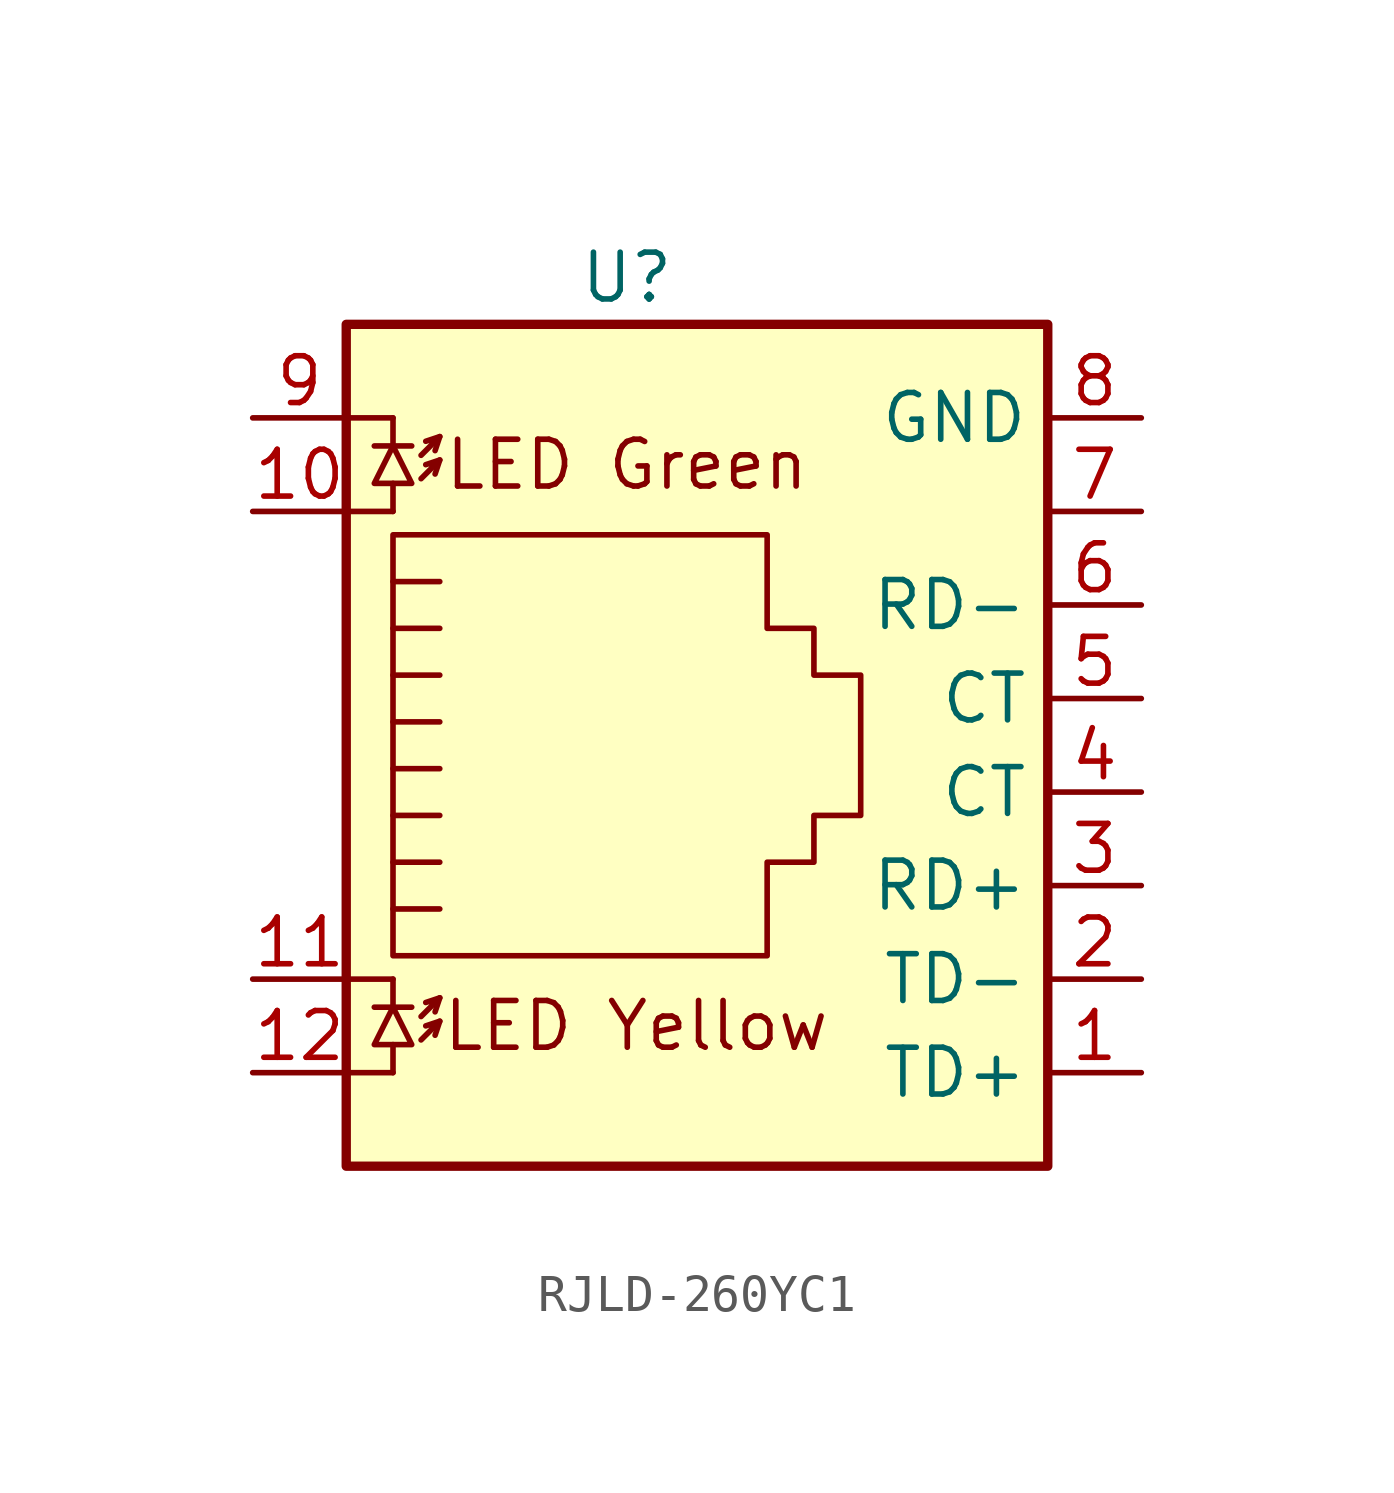
<source format=kicad_sym>
(kicad_symbol_lib
  (version 20231120)
  (generator "kicad_symbol_editor")
  (generator_version "8.0")
  (symbol "RJLD-260YC1"
    (property "Reference" "U"
      (at 0 12.7 0)
      (effects (font (size 1.27 1.27))))
    (property "Value" ""
      (at 0 0 0)
      (effects (font (size 1.27 1.27))))
    (symbol "RJLD-260YC1_0_1"
      (rectangle (start -7.62 11.43) (end 11.43 -11.43) (stroke (width 0.254) (type default)) (fill (type background)))
      (polyline (pts (xy -7.62 -8.89) (xy -6.35 -8.89)) (stroke (width 0) (type default)) (fill (type none)))
      (polyline (pts (xy -7.62 -6.35) (xy -6.35 -6.35)) (stroke (width 0) (type default)) (fill (type none)))
      (polyline (pts (xy -7.62 6.35) (xy -6.35 6.35)) (stroke (width 0) (type default)) (fill (type none)))
      (polyline (pts (xy -7.62 8.89) (xy -6.35 8.89)) (stroke (width 0) (type default)) (fill (type none)))
      (polyline (pts (xy -6.858 -7.112) (xy -5.842 -7.112)) (stroke (width 0) (type default)) (fill (type none)))
      (polyline (pts (xy -6.858 8.128) (xy -5.842 8.128)) (stroke (width 0) (type default)) (fill (type none)))
      (polyline (pts (xy -6.35 -8.89) (xy -6.35 -8.128)) (stroke (width 0) (type default)) (fill (type none)))
      (polyline (pts (xy -6.35 -6.35) (xy -6.35 -7.112)) (stroke (width 0) (type default)) (fill (type none)))
      (polyline (pts (xy -6.35 6.35) (xy -6.35 7.112)) (stroke (width 0) (type default)) (fill (type none)))
      (polyline (pts (xy -6.35 8.89) (xy -6.35 8.128)) (stroke (width 0) (type default)) (fill (type none)))
      (polyline (pts (xy -5.08 -7.493) (xy -5.207 -7.874)) (stroke (width 0) (type default)) (fill (type none)))
      (polyline (pts (xy -5.08 -6.858) (xy -5.207 -7.239)) (stroke (width 0) (type default)) (fill (type none)))
      (polyline (pts (xy -5.08 3.175) (xy -6.35 3.175)) (stroke (width 0) (type default)) (fill (type none)))
      (polyline (pts (xy -5.08 4.445) (xy -6.35 4.445)) (stroke (width 0) (type default)) (fill (type none)))
      (polyline (pts (xy -5.08 7.747) (xy -5.207 7.366)) (stroke (width 0) (type default)) (fill (type none)))
      (polyline (pts (xy -5.08 8.382) (xy -5.207 8.001)) (stroke (width 0) (type default)) (fill (type none)))
      (polyline (pts (xy -6.35 -4.445) (xy -5.08 -4.445) (xy -5.08 -4.445)) (stroke (width 0) (type default)) (fill (type none)))
      (polyline (pts (xy -6.35 -3.175) (xy -5.08 -3.175) (xy -5.08 -3.175)) (stroke (width 0) (type default)) (fill (type none)))
      (polyline (pts (xy -6.35 -1.905) (xy -5.08 -1.905) (xy -5.08 -1.905)) (stroke (width 0) (type default)) (fill (type none)))
      (polyline (pts (xy -6.35 -0.635) (xy -5.08 -0.635) (xy -5.08 -0.635)) (stroke (width 0) (type default)) (fill (type none)))
      (polyline (pts (xy -6.35 0.635) (xy -5.08 0.635) (xy -5.08 0.635)) (stroke (width 0) (type default)) (fill (type none)))
      (polyline (pts (xy -5.588 -8.001) (xy -5.08 -7.493) (xy -5.461 -7.62)) (stroke (width 0) (type default)) (fill (type none)))
      (polyline (pts (xy -5.588 -7.366) (xy -5.08 -6.858) (xy -5.461 -6.985)) (stroke (width 0) (type default)) (fill (type none)))
      (polyline (pts (xy -5.588 7.239) (xy -5.08 7.747) (xy -5.461 7.62)) (stroke (width 0) (type default)) (fill (type none)))
      (polyline (pts (xy -5.588 7.874) (xy -5.08 8.382) (xy -5.461 8.255)) (stroke (width 0) (type default)) (fill (type none)))
      (polyline (pts (xy -5.08 1.905) (xy -6.35 1.905) (xy -6.35 1.905)) (stroke (width 0) (type default)) (fill (type none)))
      (polyline (pts (xy -6.35 -7.112) (xy -6.858 -8.128) (xy -5.842 -8.128) (xy -6.35 -7.112)) (stroke (width 0) (type default)) (fill (type none)))
      (polyline (pts (xy -6.35 8.128) (xy -6.858 7.112) (xy -5.842 7.112) (xy -6.35 8.128)) (stroke (width 0) (type default)) (fill (type none)))
      (polyline (pts (xy -6.35 -5.715) (xy -6.35 5.715) (xy 3.81 5.715) (xy 3.81 3.175) (xy 5.08 3.175) (xy 5.08 1.905) (xy 6.35 1.905) (xy 6.35 -1.905) (xy 5.08 -1.905) (xy 5.08 -3.175) (xy 3.81 -3.175) (xy 3.81 -5.715) (xy -6.35 -5.715) (xy -6.35 -5.715)) (stroke (width 0) (type default)) (fill (type none))))
    (symbol "RJLD-260YC1_1_1"
      (text "LED Green" (at 0 7.62 0) (effects (font (size 1.27 1.27))))
      (text "LED Yellow" (at 0.254 -7.62 0) (effects (font (size 1.27 1.27))))
      (pin passive line (at 13.97 -8.89 180) (length 2.54) (name "TD+" (effects (font (size 1.27 1.27)))) (number "1" (effects (font (size 1.27 1.27)))))
      (pin passive line (at -10.16 6.35 0) (length 2.54) (name "~" (effects (font (size 1.27 1.27)))) (number "10" (effects (font (size 1.27 1.27)))))
      (pin passive line (at -10.16 -6.35 0) (length 2.54) (name "~" (effects (font (size 1.27 1.27)))) (number "11" (effects (font (size 1.27 1.27)))))
      (pin passive line (at -10.16 -8.89 0) (length 2.54) (name "~" (effects (font (size 1.27 1.27)))) (number "12" (effects (font (size 1.27 1.27)))))
      (pin passive line (at 13.97 -6.35 180) (length 2.54) (name "TD-" (effects (font (size 1.27 1.27)))) (number "2" (effects (font (size 1.27 1.27)))))
      (pin passive line (at 13.97 -3.81 180) (length 2.54) (name "RD+" (effects (font (size 1.27 1.27)))) (number "3" (effects (font (size 1.27 1.27)))))
      (pin passive line (at 13.97 -1.27 180) (length 2.54) (name "CT" (effects (font (size 1.27 1.27)))) (number "4" (effects (font (size 1.27 1.27)))))
      (pin passive line (at 13.97 1.27 180) (length 2.54) (name "CT" (effects (font (size 1.27 1.27)))) (number "5" (effects (font (size 1.27 1.27)))))
      (pin passive line (at 13.97 3.81 180) (length 2.54) (name "RD-" (effects (font (size 1.27 1.27)))) (number "6" (effects (font (size 1.27 1.27)))))
      (pin passive line (at 13.97 6.35 180) (length 2.54) (name "~" (effects (font (size 1.27 1.27)))) (number "7" (effects (font (size 1.27 1.27)))))
      (pin passive line (at 13.97 8.89 180) (length 2.54) (name "GND" (effects (font (size 1.27 1.27)))) (number "8" (effects (font (size 1.27 1.27)))))
      (pin passive line (at -10.16 8.89 0) (length 2.54) (name "~" (effects (font (size 1.27 1.27)))) (number "9" (effects (font (size 1.27 1.27))))))))
</source>
